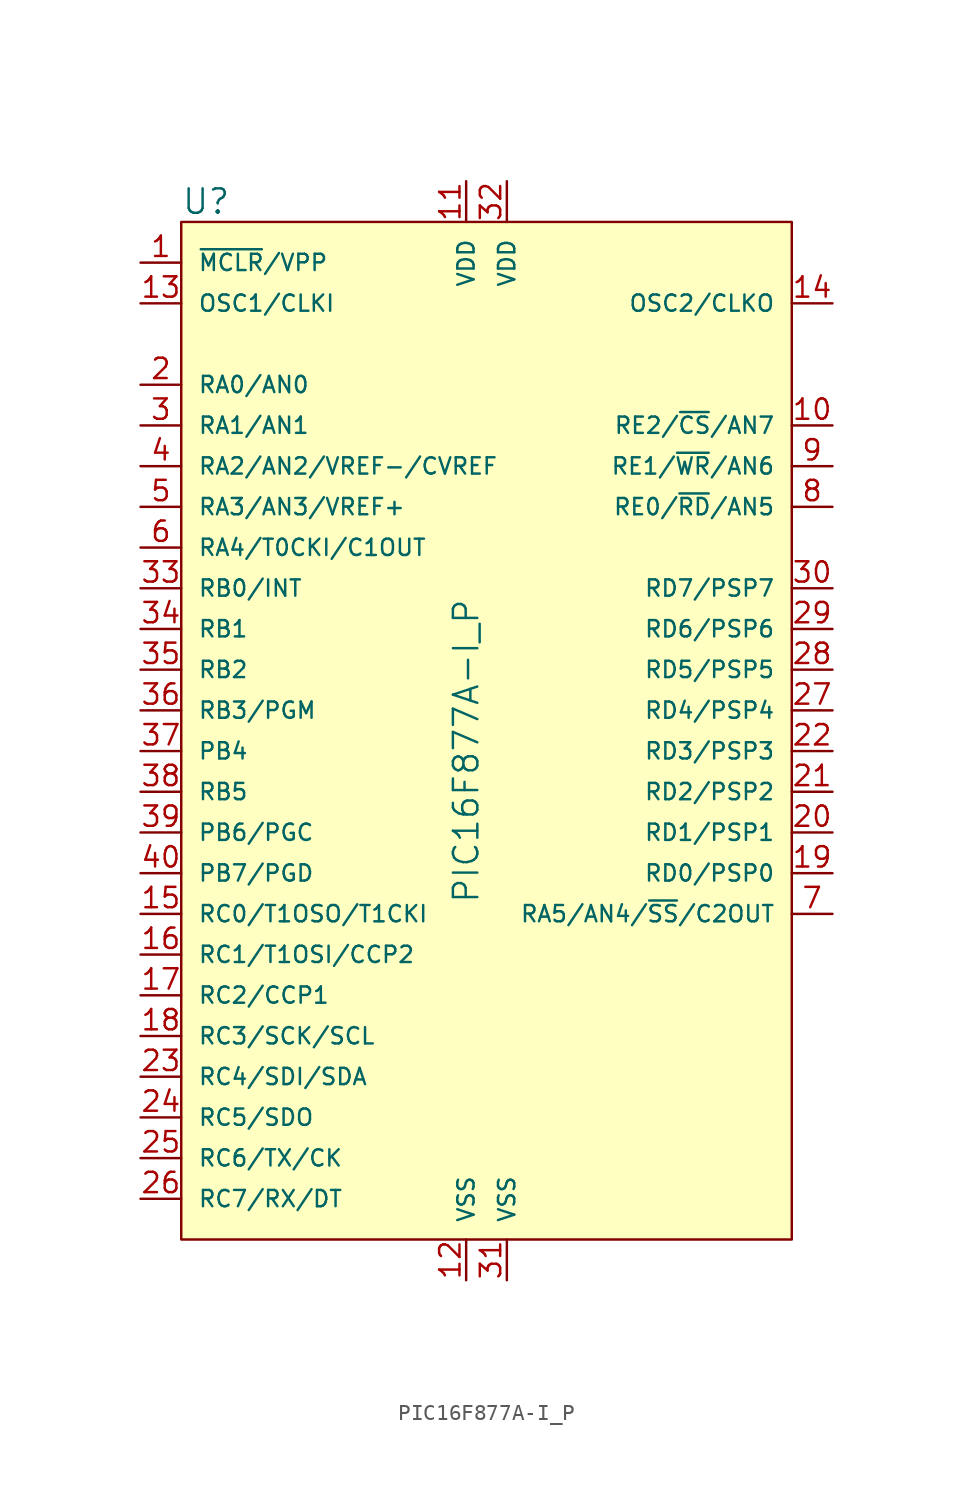
<source format=kicad_sym>
(kicad_symbol_lib
  (version 20220914)
  (generator kicad_symbol_editor)
  (symbol "PIC16F877A-I_P"
    (pin_names
      (offset 1.016))
    (property "Reference" "U"
      (at -17.78 34.29 0)
      (effects (font (size 1.524 1.524)) (justify left)))
    (property "Value" "PIC16F877A-I_P"
      (at 0 0 90)
      (effects (font (size 1.524 1.524))))
    (symbol "PIC16F877A-I_P_0_1"
      (rectangle (start -17.78 33.02) (end 20.32 -30.48) (stroke (width 0) (type solid)) (fill (type background))))
    (symbol "PIC16F877A-I_P_1_1"
      (pin input line (at -20.32 30.48 0) (length 2.54) (name "~{MCLR}/VPP" (effects (font (size 1.016 1.016)))) (number "1" (effects (font (size 1.27 1.27)))))
      (pin bidirectional line (at 22.86 20.32 180) (length 2.54) (name "RE2/~{CS}/AN7" (effects (font (size 1.016 1.016)))) (number "10" (effects (font (size 1.27 1.27)))))
      (pin power_in line (at 0 35.56 270) (length 2.54) (name "VDD" (effects (font (size 1.016 1.016)))) (number "11" (effects (font (size 1.27 1.27)))))
      (pin power_in line (at 0 -33.02 90) (length 2.54) (name "VSS" (effects (font (size 1.016 1.016)))) (number "12" (effects (font (size 1.27 1.27)))))
      (pin input line (at -20.32 27.94 0) (length 2.54) (name "OSC1/CLKI" (effects (font (size 1.016 1.016)))) (number "13" (effects (font (size 1.27 1.27)))))
      (pin output line (at 22.86 27.94 180) (length 2.54) (name "OSC2/CLKO" (effects (font (size 1.016 1.016)))) (number "14" (effects (font (size 1.27 1.27)))))
      (pin bidirectional line (at -20.32 -10.16 0) (length 2.54) (name "RC0/T1OSO/T1CKI" (effects (font (size 1.016 1.016)))) (number "15" (effects (font (size 1.27 1.27)))))
      (pin bidirectional line (at -20.32 -12.7 0) (length 2.54) (name "RC1/T1OSI/CCP2" (effects (font (size 1.016 1.016)))) (number "16" (effects (font (size 1.27 1.27)))))
      (pin bidirectional line (at -20.32 -15.24 0) (length 2.54) (name "RC2/CCP1" (effects (font (size 1.016 1.016)))) (number "17" (effects (font (size 1.27 1.27)))))
      (pin bidirectional line (at -20.32 -17.78 0) (length 2.54) (name "RC3/SCK/SCL" (effects (font (size 1.016 1.016)))) (number "18" (effects (font (size 1.27 1.27)))))
      (pin bidirectional line (at 22.86 -7.62 180) (length 2.54) (name "RD0/PSP0" (effects (font (size 1.016 1.016)))) (number "19" (effects (font (size 1.27 1.27)))))
      (pin bidirectional line (at -20.32 22.86 0) (length 2.54) (name "RA0/AN0" (effects (font (size 1.016 1.016)))) (number "2" (effects (font (size 1.27 1.27)))))
      (pin bidirectional line (at 22.86 -5.08 180) (length 2.54) (name "RD1/PSP1" (effects (font (size 1.016 1.016)))) (number "20" (effects (font (size 1.27 1.27)))))
      (pin bidirectional line (at 22.86 -2.54 180) (length 2.54) (name "RD2/PSP2" (effects (font (size 1.016 1.016)))) (number "21" (effects (font (size 1.27 1.27)))))
      (pin bidirectional line (at 22.86 0 180) (length 2.54) (name "RD3/PSP3" (effects (font (size 1.016 1.016)))) (number "22" (effects (font (size 1.27 1.27)))))
      (pin bidirectional line (at -20.32 -20.32 0) (length 2.54) (name "RC4/SDI/SDA" (effects (font (size 1.016 1.016)))) (number "23" (effects (font (size 1.27 1.27)))))
      (pin bidirectional line (at -20.32 -22.86 0) (length 2.54) (name "RC5/SDO" (effects (font (size 1.016 1.016)))) (number "24" (effects (font (size 1.27 1.27)))))
      (pin bidirectional line (at -20.32 -25.4 0) (length 2.54) (name "RC6/TX/CK" (effects (font (size 1.016 1.016)))) (number "25" (effects (font (size 1.27 1.27)))))
      (pin bidirectional line (at -20.32 -27.94 0) (length 2.54) (name "RC7/RX/DT" (effects (font (size 1.016 1.016)))) (number "26" (effects (font (size 1.27 1.27)))))
      (pin bidirectional line (at 22.86 2.54 180) (length 2.54) (name "RD4/PSP4" (effects (font (size 1.016 1.016)))) (number "27" (effects (font (size 1.27 1.27)))))
      (pin bidirectional line (at 22.86 5.08 180) (length 2.54) (name "RD5/PSP5" (effects (font (size 1.016 1.016)))) (number "28" (effects (font (size 1.27 1.27)))))
      (pin bidirectional line (at 22.86 7.62 180) (length 2.54) (name "RD6/PSP6" (effects (font (size 1.016 1.016)))) (number "29" (effects (font (size 1.27 1.27)))))
      (pin bidirectional line (at -20.32 20.32 0) (length 2.54) (name "RA1/AN1" (effects (font (size 1.016 1.016)))) (number "3" (effects (font (size 1.27 1.27)))))
      (pin bidirectional line (at 22.86 10.16 180) (length 2.54) (name "RD7/PSP7" (effects (font (size 1.016 1.016)))) (number "30" (effects (font (size 1.27 1.27)))))
      (pin power_in line (at 2.54 -33.02 90) (length 2.54) (name "VSS" (effects (font (size 1.016 1.016)))) (number "31" (effects (font (size 1.27 1.27)))))
      (pin power_in line (at 2.54 35.56 270) (length 2.54) (name "VDD" (effects (font (size 1.016 1.016)))) (number "32" (effects (font (size 1.27 1.27)))))
      (pin bidirectional line (at -20.32 10.16 0) (length 2.54) (name "RB0/INT" (effects (font (size 1.016 1.016)))) (number "33" (effects (font (size 1.27 1.27)))))
      (pin bidirectional line (at -20.32 7.62 0) (length 2.54) (name "RB1" (effects (font (size 1.016 1.016)))) (number "34" (effects (font (size 1.27 1.27)))))
      (pin bidirectional line (at -20.32 5.08 0) (length 2.54) (name "RB2" (effects (font (size 1.016 1.016)))) (number "35" (effects (font (size 1.27 1.27)))))
      (pin bidirectional line (at -20.32 2.54 0) (length 2.54) (name "RB3/PGM" (effects (font (size 1.016 1.016)))) (number "36" (effects (font (size 1.27 1.27)))))
      (pin bidirectional line (at -20.32 0 0) (length 2.54) (name "PB4" (effects (font (size 1.016 1.016)))) (number "37" (effects (font (size 1.27 1.27)))))
      (pin bidirectional line (at -20.32 -2.54 0) (length 2.54) (name "RB5" (effects (font (size 1.016 1.016)))) (number "38" (effects (font (size 1.27 1.27)))))
      (pin bidirectional line (at -20.32 -5.08 0) (length 2.54) (name "PB6/PGC" (effects (font (size 1.016 1.016)))) (number "39" (effects (font (size 1.27 1.27)))))
      (pin bidirectional line (at -20.32 17.78 0) (length 2.54) (name "RA2/AN2/VREF-/CVREF" (effects (font (size 1.016 1.016)))) (number "4" (effects (font (size 1.27 1.27)))))
      (pin bidirectional line (at -20.32 -7.62 0) (length 2.54) (name "PB7/PGD" (effects (font (size 1.016 1.016)))) (number "40" (effects (font (size 1.27 1.27)))))
      (pin bidirectional line (at -20.32 15.24 0) (length 2.54) (name "RA3/AN3/VREF+" (effects (font (size 1.016 1.016)))) (number "5" (effects (font (size 1.27 1.27)))))
      (pin bidirectional line (at -20.32 12.7 0) (length 2.54) (name "RA4/T0CKI/C1OUT" (effects (font (size 1.016 1.016)))) (number "6" (effects (font (size 1.27 1.27)))))
      (pin bidirectional line (at 22.86 -10.16 180) (length 2.54) (name "RA5/AN4/~{SS}/C2OUT" (effects (font (size 1.016 1.016)))) (number "7" (effects (font (size 1.27 1.27)))))
      (pin bidirectional line (at 22.86 15.24 180) (length 2.54) (name "RE0/~{RD}/AN5" (effects (font (size 1.016 1.016)))) (number "8" (effects (font (size 1.27 1.27)))))
      (pin bidirectional line (at 22.86 17.78 180) (length 2.54) (name "RE1/~{WR}/AN6" (effects (font (size 1.016 1.016)))) (number "9" (effects (font (size 1.27 1.27))))))))
</source>
